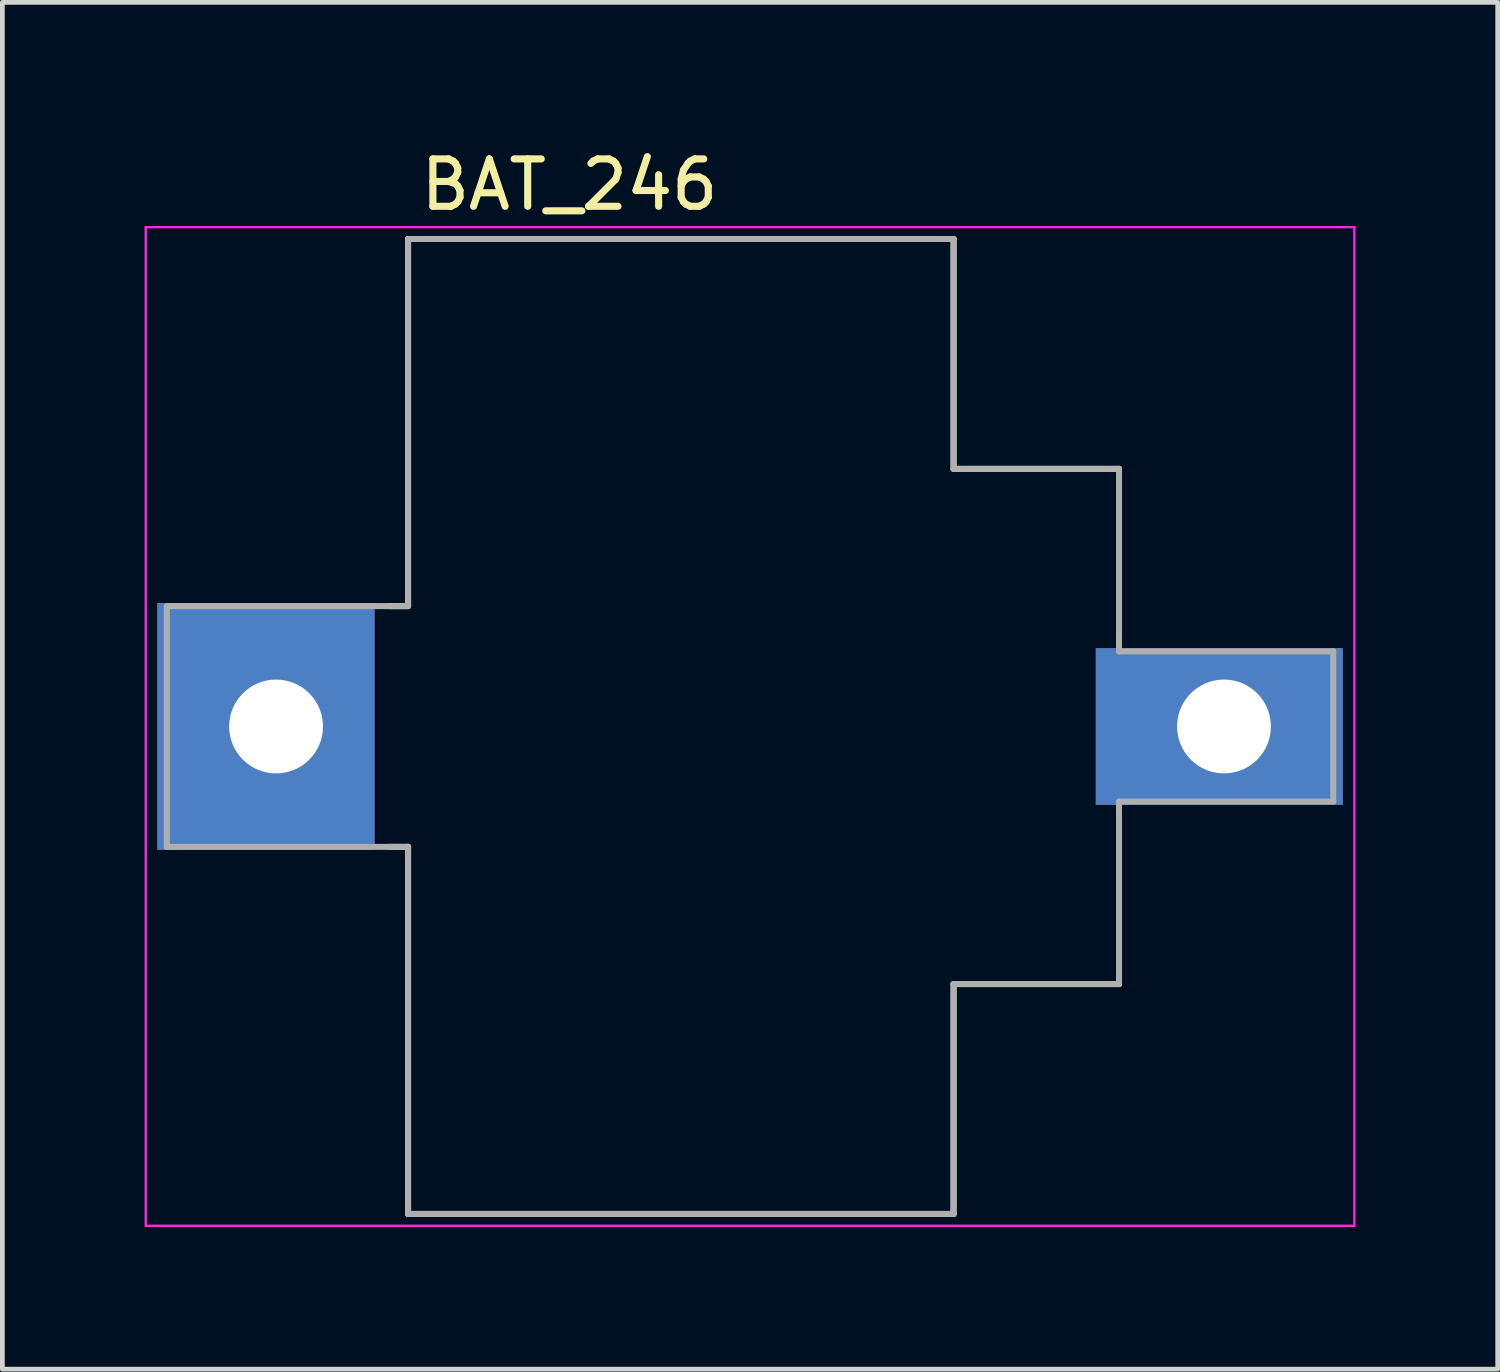
<source format=kicad_pcb>
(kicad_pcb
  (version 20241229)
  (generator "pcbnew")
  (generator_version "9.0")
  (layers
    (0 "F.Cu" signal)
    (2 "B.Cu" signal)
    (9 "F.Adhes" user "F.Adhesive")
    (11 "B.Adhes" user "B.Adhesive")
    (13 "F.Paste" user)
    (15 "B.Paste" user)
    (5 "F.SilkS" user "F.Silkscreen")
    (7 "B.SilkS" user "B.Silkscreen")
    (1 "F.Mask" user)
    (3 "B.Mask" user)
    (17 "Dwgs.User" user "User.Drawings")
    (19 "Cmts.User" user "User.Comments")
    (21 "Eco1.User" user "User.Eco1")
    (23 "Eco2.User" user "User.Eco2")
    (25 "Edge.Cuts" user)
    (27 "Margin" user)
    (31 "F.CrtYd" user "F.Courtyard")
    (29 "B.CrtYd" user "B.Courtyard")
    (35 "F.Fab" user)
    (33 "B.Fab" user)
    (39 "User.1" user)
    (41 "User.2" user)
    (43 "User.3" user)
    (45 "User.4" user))
  (footprint "BAT_246"
    (layer "F.Cu")
    (at 12.775 12.278)
    (property "Reference" "BAT_246" (at -3.81 -11.43 0) (layer "F.SilkS") (effects (font (size 1 1) (thickness 0.15))))
    (attr through_hole)
    (fp_poly (pts (xy -12.5 -2.6) (xy -7.93 -2.6) (xy -7.93 2.6) (xy -12.5 2.6)) (stroke (width 0.01) (type solid)) (fill yes) (layer "F.Cu"))
    (fp_poly (pts (xy 7.3 -1.65) (xy 12.5 -1.65) (xy 12.5 1.65) (xy 7.3 1.65)) (stroke (width 0.01) (type solid)) (fill yes) (layer "F.Cu"))
    (fp_poly (pts (xy -12.6 -2.7) (xy -7.83 -2.7) (xy -7.83 2.7) (xy -12.6 2.7)) (stroke (width 0.01) (type solid)) (fill yes) (layer "F.Mask"))
    (fp_poly (pts (xy 7.2 -1.75) (xy 12.6 -1.75) (xy 12.6 1.75) (xy 7.2 1.75)) (stroke (width 0.01) (type solid)) (fill yes) (layer "F.Mask"))
    (fp_poly (pts (xy -7.93 -2.6) (xy -12.5 -2.6) (xy -12.5 2.6) (xy -7.93 2.6)) (stroke (width 0.01) (type solid)) (fill yes) (layer "B.Cu"))
    (fp_poly (pts (xy 12.5 -1.65) (xy 7.3 -1.65) (xy 7.3 1.65) (xy 12.5 1.65)) (stroke (width 0.01) (type solid)) (fill yes) (layer "B.Cu"))
    (fp_poly (pts (xy -7.83 -2.7) (xy -12.6 -2.7) (xy -12.6 2.7) (xy -7.83 2.7)) (stroke (width 0.01) (type solid)) (fill yes) (layer "B.Mask"))
    (fp_poly (pts (xy 12.6 -1.75) (xy 7.2 -1.75) (xy 7.2 1.75) (xy 12.6 1.75)) (stroke (width 0.01) (type solid)) (fill yes) (layer "B.Mask"))
    (fp_line (start -7.615 -2.54) (end -7.215 -2.54) (stroke (width 0.127) (type solid)) (layer "F.SilkS"))
    (fp_line (start -7.215 -10.285) (end 4.295 -10.285) (stroke (width 0.127) (type solid)) (layer "F.SilkS"))
    (fp_line (start -7.215 -2.54) (end -7.215 -10.285) (stroke (width 0.127) (type solid)) (layer "F.SilkS"))
    (fp_line (start -7.215 2.54) (end -7.615 2.54) (stroke (width 0.127) (type solid)) (layer "F.SilkS"))
    (fp_line (start -7.215 10.285) (end -7.215 2.54) (stroke (width 0.127) (type solid)) (layer "F.SilkS"))
    (fp_line (start 4.295 -10.285) (end 4.295 -5.435) (stroke (width 0.127) (type solid)) (layer "F.SilkS"))
    (fp_line (start 4.295 -5.435) (end 7.785 -5.435) (stroke (width 0.127) (type solid)) (layer "F.SilkS"))
    (fp_line (start 4.295 5.435) (end 4.295 10.285) (stroke (width 0.127) (type solid)) (layer "F.SilkS"))
    (fp_line (start 4.295 10.285) (end -7.215 10.285) (stroke (width 0.127) (type solid)) (layer "F.SilkS"))
    (fp_line (start 7.785 -5.435) (end 7.785 -1.965) (stroke (width 0.127) (type solid)) (layer "F.SilkS"))
    (fp_line (start 7.785 1.965) (end 7.785 5.435) (stroke (width 0.127) (type solid)) (layer "F.SilkS"))
    (fp_line (start 7.785 5.435) (end 4.295 5.435) (stroke (width 0.127) (type solid)) (layer "F.SilkS"))
    (fp_line (start -12.75 -10.535) (end 12.75 -10.535) (stroke (width 0.05) (type solid)) (layer "F.CrtYd"))
    (fp_line (start -12.75 10.535) (end -12.75 -10.535) (stroke (width 0.05) (type solid)) (layer "F.CrtYd"))
    (fp_line (start 12.75 -10.535) (end 12.75 10.535) (stroke (width 0.05) (type solid)) (layer "F.CrtYd"))
    (fp_line (start 12.75 10.535) (end -12.75 10.535) (stroke (width 0.05) (type solid)) (layer "F.CrtYd"))
    (fp_line (start -12.305 -2.54) (end -7.215 -2.54) (stroke (width 0.127) (type solid)) (layer "F.Fab"))
    (fp_line (start -12.305 2.54) (end -12.305 -2.54) (stroke (width 0.127) (type solid)) (layer "F.Fab"))
    (fp_line (start -7.215 -10.285) (end 4.295 -10.285) (stroke (width 0.127) (type solid)) (layer "F.Fab"))
    (fp_line (start -7.215 -2.54) (end -7.215 -10.285) (stroke (width 0.127) (type solid)) (layer "F.Fab"))
    (fp_line (start -7.215 2.54) (end -12.305 2.54) (stroke (width 0.127) (type solid)) (layer "F.Fab"))
    (fp_line (start -7.215 10.285) (end -7.215 2.54) (stroke (width 0.127) (type solid)) (layer "F.Fab"))
    (fp_line (start 4.295 -10.285) (end 4.295 -5.435) (stroke (width 0.127) (type solid)) (layer "F.Fab"))
    (fp_line (start 4.295 -5.435) (end 7.785 -5.435) (stroke (width 0.127) (type solid)) (layer "F.Fab"))
    (fp_line (start 4.295 5.435) (end 4.295 10.285) (stroke (width 0.127) (type solid)) (layer "F.Fab"))
    (fp_line (start 4.295 10.285) (end -7.215 10.285) (stroke (width 0.127) (type solid)) (layer "F.Fab"))
    (fp_line (start 7.785 -5.435) (end 7.785 -1.585) (stroke (width 0.127) (type solid)) (layer "F.Fab"))
    (fp_line (start 7.785 -1.585) (end 12.305 -1.585) (stroke (width 0.127) (type solid)) (layer "F.Fab"))
    (fp_line (start 7.785 1.585) (end 7.785 5.435) (stroke (width 0.127) (type solid)) (layer "F.Fab"))
    (fp_line (start 7.785 5.435) (end 4.295 5.435) (stroke (width 0.127) (type solid)) (layer "F.Fab"))
    (fp_line (start 12.305 -1.585) (end 12.305 1.585) (stroke (width 0.127) (type solid)) (layer "F.Fab"))
    (fp_line (start 12.305 1.585) (end 7.785 1.585) (stroke (width 0.127) (type solid)) (layer "F.Fab"))
    (pad "A" thru_hole circle (at -10 0) (size 2.97 2.97) (drill 1.98) (layers "*.Cu"))
    (pad "A" thru_hole circle (at 10 0) (size 2.97 2.97) (drill 1.98) (layers "*.Cu")))
  (gr_rect
    (start -3 -3)
    (end 28.55 25.838)
    (stroke (width 0.1) (type default))
    (fill no)
    (layer "Edge.Cuts")))
</source>
